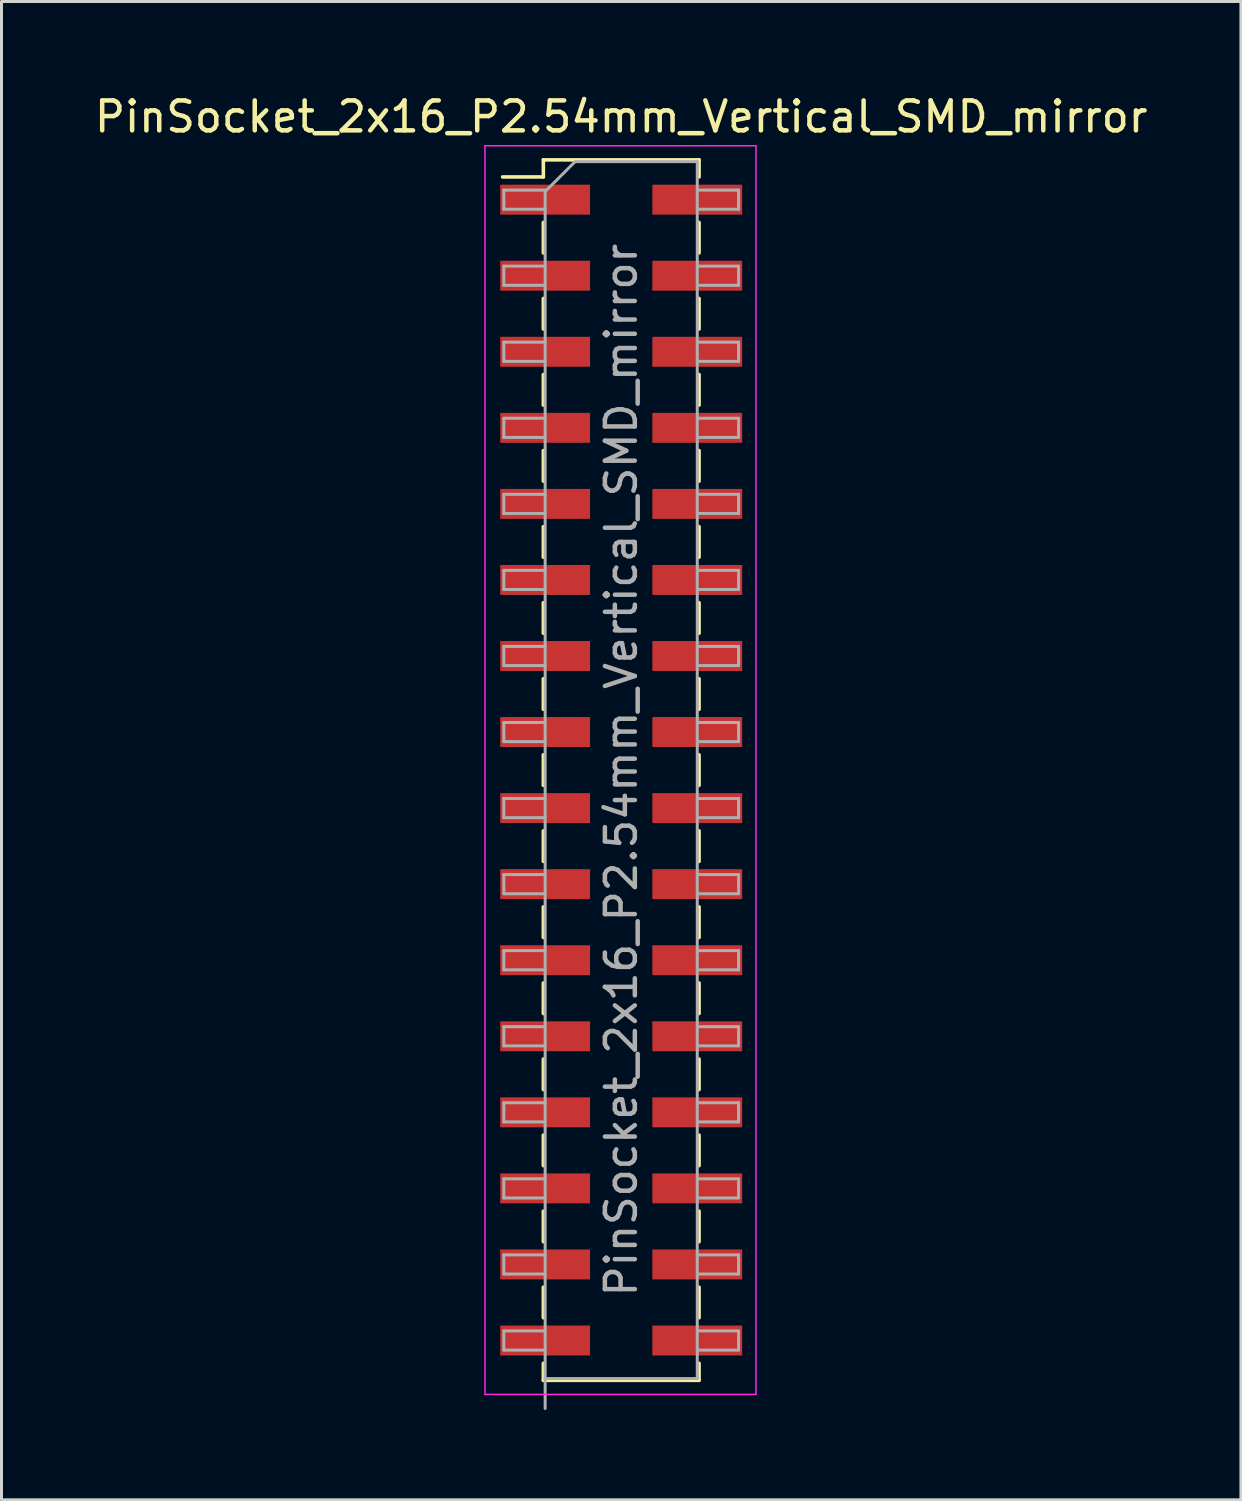
<source format=kicad_pcb>
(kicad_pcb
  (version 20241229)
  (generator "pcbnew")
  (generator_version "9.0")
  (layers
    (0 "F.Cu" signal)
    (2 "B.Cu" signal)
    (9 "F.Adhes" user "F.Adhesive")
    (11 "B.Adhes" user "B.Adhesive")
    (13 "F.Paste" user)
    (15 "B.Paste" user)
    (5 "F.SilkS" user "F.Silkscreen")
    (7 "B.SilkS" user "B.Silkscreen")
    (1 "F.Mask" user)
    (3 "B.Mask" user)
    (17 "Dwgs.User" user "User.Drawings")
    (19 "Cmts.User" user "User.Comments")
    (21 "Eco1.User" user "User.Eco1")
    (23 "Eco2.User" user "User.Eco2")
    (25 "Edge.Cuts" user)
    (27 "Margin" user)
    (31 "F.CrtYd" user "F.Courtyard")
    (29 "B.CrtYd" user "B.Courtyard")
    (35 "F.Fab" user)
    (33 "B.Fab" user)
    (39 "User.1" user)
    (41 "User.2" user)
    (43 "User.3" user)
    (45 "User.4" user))
  (footprint "PinSocket_2x16_P2.54mm_Vertical_SMD_mirror"
    (layer "F.Cu")
    (at 17.696 22.668)
    (property "Reference" "PinSocket_2x16_P2.54mm_Vertical_SMD_mirror" (at 0 -21.82 0) (layer "F.SilkS") (effects (font (size 1 1) (thickness 0.15))))
    (attr smd)
    (fp_line (start -2.6 -20.38) (end -2.6 -19.81) (stroke (width 0.12) (type solid)) (layer "F.SilkS"))
    (fp_line (start -2.6 -20.38) (end 2.6 -20.38) (stroke (width 0.12) (type solid)) (layer "F.SilkS"))
    (fp_line (start -2.6 -19.81) (end -3.96 -19.81) (stroke (width 0.12) (type solid)) (layer "F.SilkS"))
    (fp_line (start -2.6 -18.29) (end -2.6 -17.27) (stroke (width 0.12) (type solid)) (layer "F.SilkS"))
    (fp_line (start -2.6 -15.75) (end -2.6 -14.73) (stroke (width 0.12) (type solid)) (layer "F.SilkS"))
    (fp_line (start -2.6 -13.21) (end -2.6 -12.19) (stroke (width 0.12) (type solid)) (layer "F.SilkS"))
    (fp_line (start -2.6 -10.67) (end -2.6 -9.65) (stroke (width 0.12) (type solid)) (layer "F.SilkS"))
    (fp_line (start -2.6 -8.13) (end -2.6 -7.11) (stroke (width 0.12) (type solid)) (layer "F.SilkS"))
    (fp_line (start -2.6 -5.59) (end -2.6 -4.57) (stroke (width 0.12) (type solid)) (layer "F.SilkS"))
    (fp_line (start -2.6 -3.05) (end -2.6 -2.03) (stroke (width 0.12) (type solid)) (layer "F.SilkS"))
    (fp_line (start -2.6 -0.51) (end -2.6 0.51) (stroke (width 0.12) (type solid)) (layer "F.SilkS"))
    (fp_line (start -2.6 2.03) (end -2.6 3.05) (stroke (width 0.12) (type solid)) (layer "F.SilkS"))
    (fp_line (start -2.6 4.57) (end -2.6 5.59) (stroke (width 0.12) (type solid)) (layer "F.SilkS"))
    (fp_line (start -2.6 7.11) (end -2.6 8.13) (stroke (width 0.12) (type solid)) (layer "F.SilkS"))
    (fp_line (start -2.6 9.65) (end -2.6 10.67) (stroke (width 0.12) (type solid)) (layer "F.SilkS"))
    (fp_line (start -2.6 12.19) (end -2.6 13.21) (stroke (width 0.12) (type solid)) (layer "F.SilkS"))
    (fp_line (start -2.6 14.73) (end -2.6 15.75) (stroke (width 0.12) (type solid)) (layer "F.SilkS"))
    (fp_line (start -2.6 17.27) (end -2.6 18.29) (stroke (width 0.12) (type solid)) (layer "F.SilkS"))
    (fp_line (start -2.6 19.81) (end -2.6 20.38) (stroke (width 0.12) (type solid)) (layer "F.SilkS"))
    (fp_line (start -2.6 20.38) (end 2.6 20.38) (stroke (width 0.12) (type solid)) (layer "F.SilkS"))
    (fp_line (start 2.6 -20.38) (end 2.6 -19.81) (stroke (width 0.12) (type solid)) (layer "F.SilkS"))
    (fp_line (start 2.6 -18.29) (end 2.6 -17.27) (stroke (width 0.12) (type solid)) (layer "F.SilkS"))
    (fp_line (start 2.6 -15.75) (end 2.6 -14.73) (stroke (width 0.12) (type solid)) (layer "F.SilkS"))
    (fp_line (start 2.6 -13.21) (end 2.6 -12.19) (stroke (width 0.12) (type solid)) (layer "F.SilkS"))
    (fp_line (start 2.6 -10.67) (end 2.6 -9.65) (stroke (width 0.12) (type solid)) (layer "F.SilkS"))
    (fp_line (start 2.6 -8.13) (end 2.6 -7.11) (stroke (width 0.12) (type solid)) (layer "F.SilkS"))
    (fp_line (start 2.6 -5.59) (end 2.6 -4.57) (stroke (width 0.12) (type solid)) (layer "F.SilkS"))
    (fp_line (start 2.6 -3.05) (end 2.6 -2.03) (stroke (width 0.12) (type solid)) (layer "F.SilkS"))
    (fp_line (start 2.6 -0.51) (end 2.6 0.51) (stroke (width 0.12) (type solid)) (layer "F.SilkS"))
    (fp_line (start 2.6 2.03) (end 2.6 3.05) (stroke (width 0.12) (type solid)) (layer "F.SilkS"))
    (fp_line (start 2.6 4.57) (end 2.6 5.59) (stroke (width 0.12) (type solid)) (layer "F.SilkS"))
    (fp_line (start 2.6 7.11) (end 2.6 8.13) (stroke (width 0.12) (type solid)) (layer "F.SilkS"))
    (fp_line (start 2.6 9.65) (end 2.6 10.67) (stroke (width 0.12) (type solid)) (layer "F.SilkS"))
    (fp_line (start 2.6 12.19) (end 2.6 13.21) (stroke (width 0.12) (type solid)) (layer "F.SilkS"))
    (fp_line (start 2.6 14.73) (end 2.6 15.75) (stroke (width 0.12) (type solid)) (layer "F.SilkS"))
    (fp_line (start 2.6 17.27) (end 2.6 18.29) (stroke (width 0.12) (type solid)) (layer "F.SilkS"))
    (fp_line (start 2.6 19.81) (end 2.6 20.38) (stroke (width 0.12) (type solid)) (layer "F.SilkS"))
    (fp_line (start -4.55 -20.85) (end 4.5 -20.85) (stroke (width 0.05) (type solid)) (layer "F.CrtYd"))
    (fp_line (start -4.55 20.85) (end -4.55 -20.85) (stroke (width 0.05) (type solid)) (layer "F.CrtYd"))
    (fp_line (start 4.5 -20.85) (end 4.5 20.85) (stroke (width 0.05) (type solid)) (layer "F.CrtYd"))
    (fp_line (start 4.5 20.85) (end -4.55 20.85) (stroke (width 0.05) (type solid)) (layer "F.CrtYd"))
    (fp_line (start -3.92 -19.37) (end -2.54 -19.37) (stroke (width 0.1) (type solid)) (layer "F.Fab"))
    (fp_line (start -3.92 -18.73) (end -3.92 -19.37) (stroke (width 0.1) (type solid)) (layer "F.Fab"))
    (fp_line (start -3.92 -16.83) (end -2.54 -16.83) (stroke (width 0.1) (type solid)) (layer "F.Fab"))
    (fp_line (start -3.92 -16.19) (end -3.92 -16.83) (stroke (width 0.1) (type solid)) (layer "F.Fab"))
    (fp_line (start -3.92 -14.29) (end -2.54 -14.29) (stroke (width 0.1) (type solid)) (layer "F.Fab"))
    (fp_line (start -3.92 -13.65) (end -3.92 -14.29) (stroke (width 0.1) (type solid)) (layer "F.Fab"))
    (fp_line (start -3.92 -11.75) (end -2.54 -11.75) (stroke (width 0.1) (type solid)) (layer "F.Fab"))
    (fp_line (start -3.92 -11.11) (end -3.92 -11.75) (stroke (width 0.1) (type solid)) (layer "F.Fab"))
    (fp_line (start -3.92 -9.21) (end -2.54 -9.21) (stroke (width 0.1) (type solid)) (layer "F.Fab"))
    (fp_line (start -3.92 -8.57) (end -3.92 -9.21) (stroke (width 0.1) (type solid)) (layer "F.Fab"))
    (fp_line (start -3.92 -6.67) (end -2.54 -6.67) (stroke (width 0.1) (type solid)) (layer "F.Fab"))
    (fp_line (start -3.92 -6.03) (end -3.92 -6.67) (stroke (width 0.1) (type solid)) (layer "F.Fab"))
    (fp_line (start -3.92 -4.13) (end -2.54 -4.13) (stroke (width 0.1) (type solid)) (layer "F.Fab"))
    (fp_line (start -3.92 -3.49) (end -3.92 -4.13) (stroke (width 0.1) (type solid)) (layer "F.Fab"))
    (fp_line (start -3.92 -1.59) (end -2.54 -1.59) (stroke (width 0.1) (type solid)) (layer "F.Fab"))
    (fp_line (start -3.92 -0.95) (end -3.92 -1.59) (stroke (width 0.1) (type solid)) (layer "F.Fab"))
    (fp_line (start -3.92 0.95) (end -2.54 0.95) (stroke (width 0.1) (type solid)) (layer "F.Fab"))
    (fp_line (start -3.92 1.59) (end -3.92 0.95) (stroke (width 0.1) (type solid)) (layer "F.Fab"))
    (fp_line (start -3.92 3.49) (end -2.54 3.49) (stroke (width 0.1) (type solid)) (layer "F.Fab"))
    (fp_line (start -3.92 4.13) (end -3.92 3.49) (stroke (width 0.1) (type solid)) (layer "F.Fab"))
    (fp_line (start -3.92 6.03) (end -2.54 6.03) (stroke (width 0.1) (type solid)) (layer "F.Fab"))
    (fp_line (start -3.92 6.67) (end -3.92 6.03) (stroke (width 0.1) (type solid)) (layer "F.Fab"))
    (fp_line (start -3.92 8.57) (end -2.54 8.57) (stroke (width 0.1) (type solid)) (layer "F.Fab"))
    (fp_line (start -3.92 9.21) (end -3.92 8.57) (stroke (width 0.1) (type solid)) (layer "F.Fab"))
    (fp_line (start -3.92 11.11) (end -2.54 11.11) (stroke (width 0.1) (type solid)) (layer "F.Fab"))
    (fp_line (start -3.92 11.75) (end -3.92 11.11) (stroke (width 0.1) (type solid)) (layer "F.Fab"))
    (fp_line (start -3.92 13.65) (end -2.54 13.65) (stroke (width 0.1) (type solid)) (layer "F.Fab"))
    (fp_line (start -3.92 14.29) (end -3.92 13.65) (stroke (width 0.1) (type solid)) (layer "F.Fab"))
    (fp_line (start -3.92 16.19) (end -2.54 16.19) (stroke (width 0.1) (type solid)) (layer "F.Fab"))
    (fp_line (start -3.92 16.83) (end -3.92 16.19) (stroke (width 0.1) (type solid)) (layer "F.Fab"))
    (fp_line (start -3.92 18.73) (end -2.54 18.73) (stroke (width 0.1) (type solid)) (layer "F.Fab"))
    (fp_line (start -3.92 19.37) (end -3.92 18.73) (stroke (width 0.1) (type solid)) (layer "F.Fab"))
    (fp_line (start -2.54 -18.73) (end -3.92 -18.73) (stroke (width 0.1) (type solid)) (layer "F.Fab"))
    (fp_line (start -2.54 -16.19) (end -3.92 -16.19) (stroke (width 0.1) (type solid)) (layer "F.Fab"))
    (fp_line (start -2.54 -13.65) (end -3.92 -13.65) (stroke (width 0.1) (type solid)) (layer "F.Fab"))
    (fp_line (start -2.54 -11.11) (end -3.92 -11.11) (stroke (width 0.1) (type solid)) (layer "F.Fab"))
    (fp_line (start -2.54 -8.57) (end -3.92 -8.57) (stroke (width 0.1) (type solid)) (layer "F.Fab"))
    (fp_line (start -2.54 -6.03) (end -3.92 -6.03) (stroke (width 0.1) (type solid)) (layer "F.Fab"))
    (fp_line (start -2.54 -3.49) (end -3.92 -3.49) (stroke (width 0.1) (type solid)) (layer "F.Fab"))
    (fp_line (start -2.54 -0.95) (end -3.92 -0.95) (stroke (width 0.1) (type solid)) (layer "F.Fab"))
    (fp_line (start -2.54 1.59) (end -3.92 1.59) (stroke (width 0.1) (type solid)) (layer "F.Fab"))
    (fp_line (start -2.54 4.13) (end -3.92 4.13) (stroke (width 0.1) (type solid)) (layer "F.Fab"))
    (fp_line (start -2.54 6.67) (end -3.92 6.67) (stroke (width 0.1) (type solid)) (layer "F.Fab"))
    (fp_line (start -2.54 9.21) (end -3.92 9.21) (stroke (width 0.1) (type solid)) (layer "F.Fab"))
    (fp_line (start -2.54 11.75) (end -3.92 11.75) (stroke (width 0.1) (type solid)) (layer "F.Fab"))
    (fp_line (start -2.54 14.29) (end -3.92 14.29) (stroke (width 0.1) (type solid)) (layer "F.Fab"))
    (fp_line (start -2.54 16.83) (end -3.92 16.83) (stroke (width 0.1) (type solid)) (layer "F.Fab"))
    (fp_line (start -2.54 19.37) (end -3.92 19.37) (stroke (width 0.1) (type solid)) (layer "F.Fab"))
    (fp_line (start -2.54 21.32) (end -2.54 -19.32) (stroke (width 0.1) (type solid)) (layer "F.Fab"))
    (fp_line (start -1.54 -20.32) (end -2.54 -19.32) (stroke (width 0.1) (type solid)) (layer "F.Fab"))
    (fp_line (start -1.524 -20.32) (end 2.54 -20.32) (stroke (width 0.1) (type solid)) (layer "F.Fab"))
    (fp_line (start 2.54 -20.32) (end 2.54 20.32) (stroke (width 0.1) (type solid)) (layer "F.Fab"))
    (fp_line (start 2.54 -19.37) (end 3.92 -19.37) (stroke (width 0.1) (type solid)) (layer "F.Fab"))
    (fp_line (start 2.54 -16.83) (end 3.92 -16.83) (stroke (width 0.1) (type solid)) (layer "F.Fab"))
    (fp_line (start 2.54 -14.29) (end 3.92 -14.29) (stroke (width 0.1) (type solid)) (layer "F.Fab"))
    (fp_line (start 2.54 -11.75) (end 3.92 -11.75) (stroke (width 0.1) (type solid)) (layer "F.Fab"))
    (fp_line (start 2.54 -9.21) (end 3.92 -9.21) (stroke (width 0.1) (type solid)) (layer "F.Fab"))
    (fp_line (start 2.54 -6.67) (end 3.92 -6.67) (stroke (width 0.1) (type solid)) (layer "F.Fab"))
    (fp_line (start 2.54 -4.13) (end 3.92 -4.13) (stroke (width 0.1) (type solid)) (layer "F.Fab"))
    (fp_line (start 2.54 -1.59) (end 3.92 -1.59) (stroke (width 0.1) (type solid)) (layer "F.Fab"))
    (fp_line (start 2.54 0.95) (end 3.92 0.95) (stroke (width 0.1) (type solid)) (layer "F.Fab"))
    (fp_line (start 2.54 3.49) (end 3.92 3.49) (stroke (width 0.1) (type solid)) (layer "F.Fab"))
    (fp_line (start 2.54 6.03) (end 3.92 6.03) (stroke (width 0.1) (type solid)) (layer "F.Fab"))
    (fp_line (start 2.54 8.57) (end 3.92 8.57) (stroke (width 0.1) (type solid)) (layer "F.Fab"))
    (fp_line (start 2.54 11.11) (end 3.92 11.11) (stroke (width 0.1) (type solid)) (layer "F.Fab"))
    (fp_line (start 2.54 13.65) (end 3.92 13.65) (stroke (width 0.1) (type solid)) (layer "F.Fab"))
    (fp_line (start 2.54 16.19) (end 3.92 16.19) (stroke (width 0.1) (type solid)) (layer "F.Fab"))
    (fp_line (start 2.54 18.73) (end 3.92 18.73) (stroke (width 0.1) (type solid)) (layer "F.Fab"))
    (fp_line (start 2.54 20.32) (end -2.54 20.32) (stroke (width 0.1) (type solid)) (layer "F.Fab"))
    (fp_line (start 3.92 -19.37) (end 3.92 -18.73) (stroke (width 0.1) (type solid)) (layer "F.Fab"))
    (fp_line (start 3.92 -18.73) (end 2.54 -18.73) (stroke (width 0.1) (type solid)) (layer "F.Fab"))
    (fp_line (start 3.92 -16.83) (end 3.92 -16.19) (stroke (width 0.1) (type solid)) (layer "F.Fab"))
    (fp_line (start 3.92 -16.19) (end 2.54 -16.19) (stroke (width 0.1) (type solid)) (layer "F.Fab"))
    (fp_line (start 3.92 -14.29) (end 3.92 -13.65) (stroke (width 0.1) (type solid)) (layer "F.Fab"))
    (fp_line (start 3.92 -13.65) (end 2.54 -13.65) (stroke (width 0.1) (type solid)) (layer "F.Fab"))
    (fp_line (start 3.92 -11.75) (end 3.92 -11.11) (stroke (width 0.1) (type solid)) (layer "F.Fab"))
    (fp_line (start 3.92 -11.11) (end 2.54 -11.11) (stroke (width 0.1) (type solid)) (layer "F.Fab"))
    (fp_line (start 3.92 -9.21) (end 3.92 -8.57) (stroke (width 0.1) (type solid)) (layer "F.Fab"))
    (fp_line (start 3.92 -8.57) (end 2.54 -8.57) (stroke (width 0.1) (type solid)) (layer "F.Fab"))
    (fp_line (start 3.92 -6.67) (end 3.92 -6.03) (stroke (width 0.1) (type solid)) (layer "F.Fab"))
    (fp_line (start 3.92 -6.03) (end 2.54 -6.03) (stroke (width 0.1) (type solid)) (layer "F.Fab"))
    (fp_line (start 3.92 -4.13) (end 3.92 -3.49) (stroke (width 0.1) (type solid)) (layer "F.Fab"))
    (fp_line (start 3.92 -3.49) (end 2.54 -3.49) (stroke (width 0.1) (type solid)) (layer "F.Fab"))
    (fp_line (start 3.92 -1.59) (end 3.92 -0.95) (stroke (width 0.1) (type solid)) (layer "F.Fab"))
    (fp_line (start 3.92 -0.95) (end 2.54 -0.95) (stroke (width 0.1) (type solid)) (layer "F.Fab"))
    (fp_line (start 3.92 0.95) (end 3.92 1.59) (stroke (width 0.1) (type solid)) (layer "F.Fab"))
    (fp_line (start 3.92 1.59) (end 2.54 1.59) (stroke (width 0.1) (type solid)) (layer "F.Fab"))
    (fp_line (start 3.92 3.49) (end 3.92 4.13) (stroke (width 0.1) (type solid)) (layer "F.Fab"))
    (fp_line (start 3.92 4.13) (end 2.54 4.13) (stroke (width 0.1) (type solid)) (layer "F.Fab"))
    (fp_line (start 3.92 6.03) (end 3.92 6.67) (stroke (width 0.1) (type solid)) (layer "F.Fab"))
    (fp_line (start 3.92 6.67) (end 2.54 6.67) (stroke (width 0.1) (type solid)) (layer "F.Fab"))
    (fp_line (start 3.92 8.57) (end 3.92 9.21) (stroke (width 0.1) (type solid)) (layer "F.Fab"))
    (fp_line (start 3.92 9.21) (end 2.54 9.21) (stroke (width 0.1) (type solid)) (layer "F.Fab"))
    (fp_line (start 3.92 11.11) (end 3.92 11.75) (stroke (width 0.1) (type solid)) (layer "F.Fab"))
    (fp_line (start 3.92 11.75) (end 2.54 11.75) (stroke (width 0.1) (type solid)) (layer "F.Fab"))
    (fp_line (start 3.92 13.65) (end 3.92 14.29) (stroke (width 0.1) (type solid)) (layer "F.Fab"))
    (fp_line (start 3.92 14.29) (end 2.54 14.29) (stroke (width 0.1) (type solid)) (layer "F.Fab"))
    (fp_line (start 3.92 16.19) (end 3.92 16.83) (stroke (width 0.1) (type solid)) (layer "F.Fab"))
    (fp_line (start 3.92 16.83) (end 2.54 16.83) (stroke (width 0.1) (type solid)) (layer "F.Fab"))
    (fp_line (start 3.92 18.73) (end 3.92 19.37) (stroke (width 0.1) (type solid)) (layer "F.Fab"))
    (fp_line (start 3.92 19.37) (end 2.54 19.37) (stroke (width 0.1) (type solid)) (layer "F.Fab"))
    (fp_text user "${REFERENCE}" (at 0 0 90) (layer "F.Fab") (effects (font (size 1 1) (thickness 0.15))))
    (pad "1" smd rect (at -2.54 -19.05) (size 3 1) (layers "F.Cu" "F.Mask" "F.Paste"))
    (pad "2" smd rect (at 2.54 -19.05) (size 3 1) (layers "F.Cu" "F.Mask" "F.Paste"))
    (pad "3" smd rect (at -2.54 -16.51) (size 3 1) (layers "F.Cu" "F.Mask" "F.Paste"))
    (pad "4" smd rect (at 2.54 -16.51) (size 3 1) (layers "F.Cu" "F.Mask" "F.Paste"))
    (pad "5" smd rect (at -2.54 -13.97) (size 3 1) (layers "F.Cu" "F.Mask" "F.Paste"))
    (pad "6" smd rect (at 2.54 -13.97) (size 3 1) (layers "F.Cu" "F.Mask" "F.Paste"))
    (pad "7" smd rect (at -2.54 -11.43) (size 3 1) (layers "F.Cu" "F.Mask" "F.Paste"))
    (pad "8" smd rect (at 2.54 -11.43) (size 3 1) (layers "F.Cu" "F.Mask" "F.Paste"))
    (pad "9" smd rect (at -2.54 -8.89) (size 3 1) (layers "F.Cu" "F.Mask" "F.Paste"))
    (pad "10" smd rect (at 2.54 -8.89) (size 3 1) (layers "F.Cu" "F.Mask" "F.Paste"))
    (pad "11" smd rect (at -2.54 -6.35) (size 3 1) (layers "F.Cu" "F.Mask" "F.Paste"))
    (pad "12" smd rect (at 2.54 -6.35) (size 3 1) (layers "F.Cu" "F.Mask" "F.Paste"))
    (pad "13" smd rect (at -2.54 -3.81) (size 3 1) (layers "F.Cu" "F.Mask" "F.Paste"))
    (pad "14" smd rect (at 2.54 -3.81) (size 3 1) (layers "F.Cu" "F.Mask" "F.Paste"))
    (pad "15" smd rect (at -2.54 -1.27) (size 3 1) (layers "F.Cu" "F.Mask" "F.Paste"))
    (pad "16" smd rect (at 2.54 -1.27) (size 3 1) (layers "F.Cu" "F.Mask" "F.Paste"))
    (pad "17" smd rect (at -2.54 1.27) (size 3 1) (layers "F.Cu" "F.Mask" "F.Paste"))
    (pad "18" smd rect (at 2.54 1.27) (size 3 1) (layers "F.Cu" "F.Mask" "F.Paste"))
    (pad "19" smd rect (at -2.54 3.81) (size 3 1) (layers "F.Cu" "F.Mask" "F.Paste"))
    (pad "20" smd rect (at 2.54 3.81) (size 3 1) (layers "F.Cu" "F.Mask" "F.Paste"))
    (pad "21" smd rect (at -2.54 6.35) (size 3 1) (layers "F.Cu" "F.Mask" "F.Paste"))
    (pad "22" smd rect (at 2.54 6.35) (size 3 1) (layers "F.Cu" "F.Mask" "F.Paste"))
    (pad "23" smd rect (at -2.54 8.89) (size 3 1) (layers "F.Cu" "F.Mask" "F.Paste"))
    (pad "24" smd rect (at 2.54 8.89) (size 3 1) (layers "F.Cu" "F.Mask" "F.Paste"))
    (pad "25" smd rect (at -2.54 11.43) (size 3 1) (layers "F.Cu" "F.Mask" "F.Paste"))
    (pad "26" smd rect (at 2.54 11.43) (size 3 1) (layers "F.Cu" "F.Mask" "F.Paste"))
    (pad "27" smd rect (at -2.54 13.97) (size 3 1) (layers "F.Cu" "F.Mask" "F.Paste"))
    (pad "28" smd rect (at 2.54 13.97) (size 3 1) (layers "F.Cu" "F.Mask" "F.Paste"))
    (pad "29" smd rect (at -2.54 16.51) (size 3 1) (layers "F.Cu" "F.Mask" "F.Paste"))
    (pad "30" smd rect (at 2.54 16.51) (size 3 1) (layers "F.Cu" "F.Mask" "F.Paste"))
    (pad "31" smd rect (at -2.54 19.05) (size 3 1) (layers "F.Cu" "F.Mask" "F.Paste"))
    (pad "32" smd rect (at 2.54 19.05) (size 3 1) (layers "F.Cu" "F.Mask" "F.Paste")))
  (gr_rect
    (start -3 -3)
    (end 38.393 47.038)
    (stroke (width 0.1) (type default))
    (fill no)
    (layer "Edge.Cuts")))
</source>
